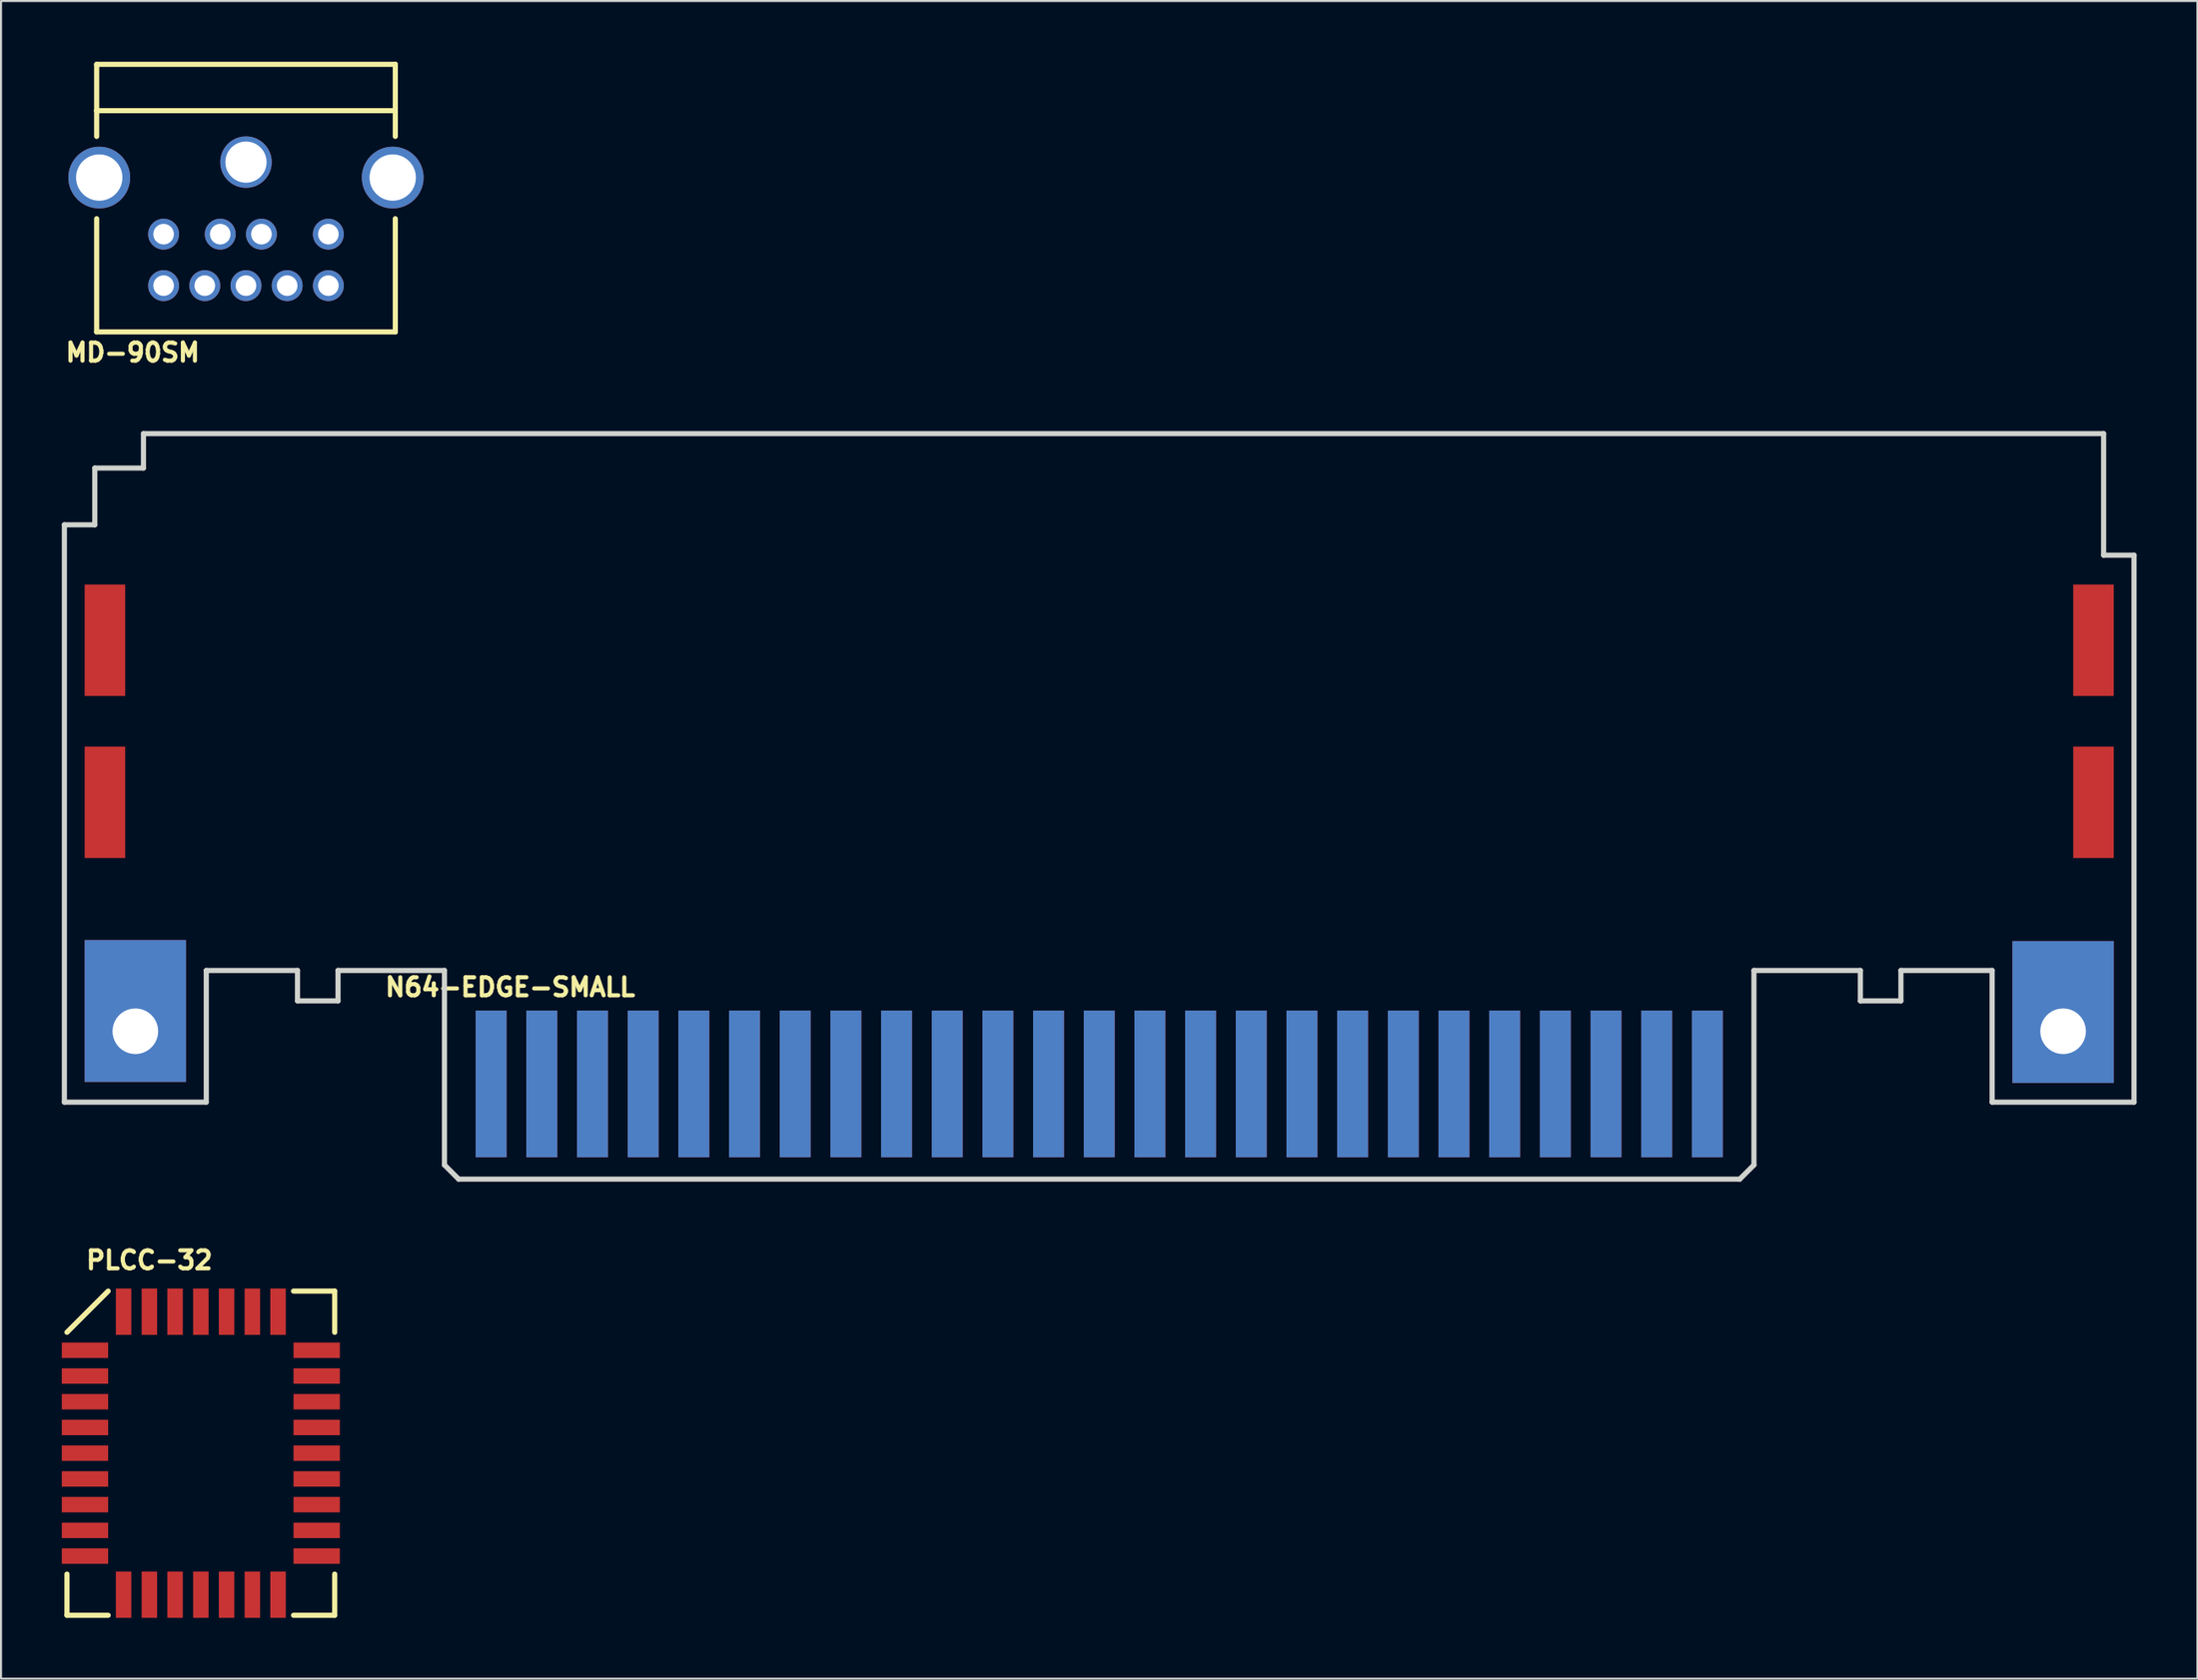
<source format=kicad_pcb>
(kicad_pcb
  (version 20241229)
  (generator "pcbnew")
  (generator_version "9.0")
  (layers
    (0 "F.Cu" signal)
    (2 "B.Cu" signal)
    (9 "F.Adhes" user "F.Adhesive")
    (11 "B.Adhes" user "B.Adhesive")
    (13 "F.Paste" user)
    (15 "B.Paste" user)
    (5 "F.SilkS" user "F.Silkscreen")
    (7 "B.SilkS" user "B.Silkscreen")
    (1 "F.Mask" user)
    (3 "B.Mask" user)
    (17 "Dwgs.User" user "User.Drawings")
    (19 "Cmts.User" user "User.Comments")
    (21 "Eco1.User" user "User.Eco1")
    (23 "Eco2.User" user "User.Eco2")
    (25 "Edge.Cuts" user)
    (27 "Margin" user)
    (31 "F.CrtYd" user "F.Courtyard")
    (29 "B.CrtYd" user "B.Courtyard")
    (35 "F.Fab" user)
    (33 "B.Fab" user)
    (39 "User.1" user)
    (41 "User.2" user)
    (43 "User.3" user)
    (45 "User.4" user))
  (footprint "N64-EDGE-SMALL"
    (layer "F.Cu")
    (at 21.177 50.455)
    (property "Reference" "N64-EDGE-SMALL" (at 0.94 -4.775 0) (layer "F.SilkS") (effects (font (size 0.889 0.889) (thickness 0.203))))
    (attr through_hole)
    (fp_line (start -21.05 0.9) (end -21.05 -27.6) (stroke (width 0.254) (type solid)) (layer "Edge.Cuts"))
    (fp_line (start -19.55 -30.4) (end -19.55 -27.6) (stroke (width 0.254) (type solid)) (layer "Edge.Cuts"))
    (fp_line (start -19.55 -27.6) (end -21.05 -27.6) (stroke (width 0.254) (type solid)) (layer "Edge.Cuts"))
    (fp_line (start -17.15 -32.1) (end -17.15 -30.4) (stroke (width 0.254) (type solid)) (layer "Edge.Cuts"))
    (fp_line (start -17.15 -32.1) (end 79.55 -32.1) (stroke (width 0.254) (type solid)) (layer "Edge.Cuts"))
    (fp_line (start -17.15 -30.4) (end -19.55 -30.4) (stroke (width 0.254) (type solid)) (layer "Edge.Cuts"))
    (fp_line (start -14.05 -5.6) (end -9.55 -5.6) (stroke (width 0.254) (type solid)) (layer "Edge.Cuts"))
    (fp_line (start -14.05 0.9) (end -21.05 0.9) (stroke (width 0.254) (type solid)) (layer "Edge.Cuts"))
    (fp_line (start -14.05 0.9) (end -14.05 -5.6) (stroke (width 0.254) (type solid)) (layer "Edge.Cuts"))
    (fp_line (start -9.55 -5.6) (end -9.55 -4.1) (stroke (width 0.254) (type solid)) (layer "Edge.Cuts"))
    (fp_line (start -9.55 -4.1) (end -7.55 -4.1) (stroke (width 0.254) (type solid)) (layer "Edge.Cuts"))
    (fp_line (start -7.55 -5.6) (end -7.55 -4.1) (stroke (width 0.254) (type solid)) (layer "Edge.Cuts"))
    (fp_line (start -2.3 -5.6) (end -7.55 -5.6) (stroke (width 0.254) (type solid)) (layer "Edge.Cuts"))
    (fp_line (start -2.3 4) (end -2.3 -5.6) (stroke (width 0.254) (type solid)) (layer "Edge.Cuts"))
    (fp_line (start -2.3 4) (end -1.6 4.7) (stroke (width 0.254) (type solid)) (layer "Edge.Cuts"))
    (fp_line (start -1.6 4.7) (end 61.6 4.7) (stroke (width 0.254) (type solid)) (layer "Edge.Cuts"))
    (fp_line (start 62.3 -5.6) (end 67.55 -5.6) (stroke (width 0.254) (type solid)) (layer "Edge.Cuts"))
    (fp_line (start 62.3 4) (end 61.6 4.7) (stroke (width 0.254) (type solid)) (layer "Edge.Cuts"))
    (fp_line (start 62.3 4) (end 62.3 -5.6) (stroke (width 0.254) (type solid)) (layer "Edge.Cuts"))
    (fp_line (start 67.55 -5.6) (end 67.55 -4.1) (stroke (width 0.254) (type solid)) (layer "Edge.Cuts"))
    (fp_line (start 67.55 -4.1) (end 69.55 -4.1) (stroke (width 0.254) (type solid)) (layer "Edge.Cuts"))
    (fp_line (start 69.55 -5.6) (end 69.55 -4.1) (stroke (width 0.254) (type solid)) (layer "Edge.Cuts"))
    (fp_line (start 69.55 -5.6) (end 74.05 -5.6) (stroke (width 0.254) (type solid)) (layer "Edge.Cuts"))
    (fp_line (start 74.05 0.9) (end 74.05 -5.6) (stroke (width 0.254) (type solid)) (layer "Edge.Cuts"))
    (fp_line (start 79.55 -26.1) (end 79.55 -32.1) (stroke (width 0.254) (type solid)) (layer "Edge.Cuts"))
    (fp_line (start 81.05 -26.1) (end 79.55 -26.1) (stroke (width 0.254) (type solid)) (layer "Edge.Cuts"))
    (fp_line (start 81.05 0.9) (end 74.05 0.9) (stroke (width 0.254) (type solid)) (layer "Edge.Cuts"))
    (fp_line (start 81.05 0.9) (end 81.05 -26.1) (stroke (width 0.254) (type solid)) (layer "Edge.Cuts"))
    (pad "" np_thru_hole circle (at -17.55 -2.6) (size 2.25 2.25) (drill 2.25) (layers "*.Cu" "*.Mask"))
    (pad "" np_thru_hole circle (at 77.55 -2.6) (size 2.25 2.25) (drill 2.25) (layers "*.Cu" "*.Mask"))
    (pad "1" smd rect (at 60 0) (size 1.524 7.239) (layers "B.Cu" "B.Paste"))
    (pad "1" smd rect (at 77.55 -3.55) (size 5 7) (layers "B.Cu" "B.Mask" "B.Paste"))
    (pad "2" smd rect (at 57.5 0) (size 1.524 7.239) (layers "B.Cu" "B.Paste"))
    (pad "3" smd rect (at 55 0) (size 1.524 7.239) (layers "B.Cu" "B.Paste"))
    (pad "4" smd rect (at 52.5 0) (size 1.524 7.239) (layers "B.Cu" "B.Paste"))
    (pad "5" smd rect (at 50 0) (size 1.524 7.239) (layers "B.Cu" "B.Paste"))
    (pad "6" smd rect (at 47.5 0) (size 1.524 7.239) (layers "B.Cu" "B.Paste"))
    (pad "7" smd rect (at 45 0) (size 1.524 7.239) (layers "B.Cu" "B.Paste"))
    (pad "8" smd rect (at 42.5 0) (size 1.524 7.239) (layers "B.Cu" "B.Paste"))
    (pad "9" smd rect (at 40 0) (size 1.524 7.239) (layers "B.Cu" "B.Paste"))
    (pad "10" smd rect (at 37.5 0) (size 1.524 7.239) (layers "B.Cu" "B.Paste"))
    (pad "11" smd rect (at 35 0) (size 1.524 7.239) (layers "B.Cu" "B.Paste"))
    (pad "12" smd rect (at 32.5 0) (size 1.524 7.239) (layers "B.Cu" "B.Paste"))
    (pad "13" smd rect (at 30 0) (size 1.524 7.239) (layers "B.Cu" "B.Paste"))
    (pad "14" smd rect (at 27.5 0) (size 1.524 7.239) (layers "B.Cu" "B.Paste"))
    (pad "15" smd rect (at 25 0) (size 1.524 7.239) (layers "B.Cu" "B.Paste"))
    (pad "16" smd rect (at 22.5 0) (size 1.524 7.239) (layers "B.Cu" "B.Paste"))
    (pad "17" smd rect (at 20 0) (size 1.524 7.239) (layers "B.Cu" "B.Paste"))
    (pad "18" smd rect (at 17.5 0) (size 1.524 7.239) (layers "B.Cu" "B.Paste"))
    (pad "19" smd rect (at 15 0) (size 1.524 7.239) (layers "B.Cu" "B.Paste"))
    (pad "20" smd rect (at 12.5 0) (size 1.524 7.239) (layers "B.Cu" "B.Paste"))
    (pad "21" smd rect (at 10 0) (size 1.524 7.239) (layers "B.Cu" "B.Paste"))
    (pad "22" smd rect (at 7.5 0) (size 1.524 7.239) (layers "B.Cu" "B.Paste"))
    (pad "23" smd rect (at 5 0) (size 1.524 7.239) (layers "B.Cu" "B.Paste"))
    (pad "24" smd rect (at 2.5 0) (size 1.524 7.239) (layers "B.Cu" "B.Paste"))
    (pad "25" smd rect (at -17.55 -3.6) (size 5 7) (layers "B.Cu" "B.Mask" "B.Paste"))
    (pad "25" smd rect (at 0 0) (size 1.524 7.239) (layers "B.Cu" "B.Paste"))
    (pad "26" smd rect (at 60 0) (size 1.524 7.239) (layers "F.Cu" "F.Paste"))
    (pad "26" smd rect (at 77.55 -3.55) (size 5 7) (layers "F.Cu" "F.Mask" "F.Paste"))
    (pad "26" smd rect (at 79.05 -21.9) (size 2 5.5) (layers "F.Cu" "F.Mask" "F.Paste"))
    (pad "26" smd rect (at 79.05 -13.9) (size 2 5.5) (layers "F.Cu" "F.Mask" "F.Paste"))
    (pad "27" smd rect (at 57.5 0) (size 1.524 7.239) (layers "F.Cu" "F.Paste"))
    (pad "28" smd rect (at 55 0) (size 1.524 7.239) (layers "F.Cu" "F.Paste"))
    (pad "29" smd rect (at 52.5 0) (size 1.524 7.239) (layers "F.Cu" "F.Paste"))
    (pad "30" smd rect (at 50 0) (size 1.524 7.239) (layers "F.Cu" "F.Paste"))
    (pad "31" smd rect (at 47.5 0) (size 1.524 7.239) (layers "F.Cu" "F.Paste"))
    (pad "32" smd rect (at 45 0) (size 1.524 7.239) (layers "F.Cu" "F.Paste"))
    (pad "33" smd rect (at 42.5 0) (size 1.524 7.239) (layers "F.Cu" "F.Paste"))
    (pad "34" smd rect (at 40 0) (size 1.524 7.239) (layers "F.Cu" "F.Paste"))
    (pad "35" smd rect (at 37.5 0) (size 1.524 7.239) (layers "F.Cu" "F.Paste"))
    (pad "36" smd rect (at 35 0) (size 1.524 7.239) (layers "F.Cu" "F.Paste"))
    (pad "37" smd rect (at 32.5 0) (size 1.524 7.239) (layers "F.Cu" "F.Paste"))
    (pad "38" smd rect (at 30 0) (size 1.524 7.239) (layers "F.Cu" "F.Paste"))
    (pad "39" smd rect (at 27.5 0) (size 1.524 7.239) (layers "F.Cu" "F.Paste"))
    (pad "40" smd rect (at 25 0) (size 1.524 7.239) (layers "F.Cu" "F.Paste"))
    (pad "41" smd rect (at 22.5 0) (size 1.524 7.239) (layers "F.Cu" "F.Paste"))
    (pad "42" smd rect (at 20 0) (size 1.524 7.239) (layers "F.Cu" "F.Paste"))
    (pad "43" smd rect (at 17.5 0) (size 1.524 7.239) (layers "F.Cu" "F.Paste"))
    (pad "44" smd rect (at 15 0) (size 1.524 7.239) (layers "F.Cu" "F.Paste"))
    (pad "45" smd rect (at 12.5 0) (size 1.524 7.239) (layers "F.Cu" "F.Paste"))
    (pad "46" smd rect (at 10 0) (size 1.524 7.239) (layers "F.Cu" "F.Paste"))
    (pad "47" smd rect (at 7.5 0) (size 1.524 7.239) (layers "F.Cu" "F.Paste"))
    (pad "48" smd rect (at 5 0) (size 1.524 7.239) (layers "F.Cu" "F.Paste"))
    (pad "49" smd rect (at 2.5 0) (size 1.524 7.239) (layers "F.Cu" "F.Paste"))
    (pad "50" smd rect (at -19.05 -21.9) (size 2 5.5) (layers "F.Cu" "F.Mask" "F.Paste"))
    (pad "50" smd rect (at -19.05 -13.9) (size 2 5.5) (layers "F.Cu" "F.Mask" "F.Paste"))
    (pad "50" smd rect (at -17.55 -3.6) (size 5 7) (layers "F.Cu" "F.Mask" "F.Paste"))
    (pad "50" smd rect (at 0 0) (size 1.524 7.239) (layers "F.Cu" "F.Paste")))
  (footprint "PLCC-32"
    (layer "F.Cu")
    (at 6.858 61.698)
    (property "Reference" "PLCC-32" (at -2.54 -2.54 0) (layer "F.SilkS") (effects (font (size 0.889 0.889) (thickness 0.203))))
    (attr through_hole)
    (fp_line (start -6.604 12.954) (end -6.604 14.986) (stroke (width 0.254) (type solid)) (layer "F.SilkS"))
    (fp_line (start -6.604 14.986) (end -4.572 14.986) (stroke (width 0.254) (type solid)) (layer "F.SilkS"))
    (fp_line (start -4.572 -1.016) (end -6.604 1.016) (stroke (width 0.254) (type solid)) (layer "F.SilkS"))
    (fp_line (start 4.572 -1.016) (end 6.604 -1.016) (stroke (width 0.254) (type solid)) (layer "F.SilkS"))
    (fp_line (start 4.572 14.986) (end 6.604 14.986) (stroke (width 0.254) (type solid)) (layer "F.SilkS"))
    (fp_line (start 6.604 -1.016) (end 6.604 1.016) (stroke (width 0.254) (type solid)) (layer "F.SilkS"))
    (fp_line (start 6.604 14.986) (end 6.604 12.954) (stroke (width 0.254) (type solid)) (layer "F.SilkS"))
    (pad "1" smd rect (at 0 0) (size 0.762 2.286) (layers "F.Cu" "F.Mask" "F.Paste"))
    (pad "2" smd rect (at -1.27 0) (size 0.762 2.286) (layers "F.Cu" "F.Mask" "F.Paste"))
    (pad "3" smd rect (at -2.54 0) (size 0.762 2.286) (layers "F.Cu" "F.Mask" "F.Paste"))
    (pad "4" smd rect (at -3.81 0) (size 0.762 2.286) (layers "F.Cu" "F.Mask" "F.Paste"))
    (pad "5" smd rect (at -5.715 1.905 90) (size 0.762 2.286) (layers "F.Cu" "F.Mask" "F.Paste"))
    (pad "6" smd rect (at -5.715 3.175 90) (size 0.762 2.286) (layers "F.Cu" "F.Mask" "F.Paste"))
    (pad "7" smd rect (at -5.715 4.445 90) (size 0.762 2.286) (layers "F.Cu" "F.Mask" "F.Paste"))
    (pad "8" smd rect (at -5.715 5.715 90) (size 0.762 2.286) (layers "F.Cu" "F.Mask" "F.Paste"))
    (pad "9" smd rect (at -5.715 6.985 90) (size 0.762 2.286) (layers "F.Cu" "F.Mask" "F.Paste"))
    (pad "10" smd rect (at -5.715 8.255 90) (size 0.762 2.286) (layers "F.Cu" "F.Mask" "F.Paste"))
    (pad "11" smd rect (at -5.715 9.525 90) (size 0.762 2.286) (layers "F.Cu" "F.Mask" "F.Paste"))
    (pad "12" smd rect (at -5.715 10.795 90) (size 0.762 2.286) (layers "F.Cu" "F.Mask" "F.Paste"))
    (pad "13" smd rect (at -5.715 12.065 90) (size 0.762 2.286) (layers "F.Cu" "F.Mask" "F.Paste"))
    (pad "14" smd rect (at -3.81 13.97) (size 0.762 2.286) (layers "F.Cu" "F.Mask" "F.Paste"))
    (pad "15" smd rect (at -2.54 13.97) (size 0.762 2.286) (layers "F.Cu" "F.Mask" "F.Paste"))
    (pad "16" smd rect (at -1.27 13.97) (size 0.762 2.286) (layers "F.Cu" "F.Mask" "F.Paste"))
    (pad "17" smd rect (at 0 13.97) (size 0.762 2.286) (layers "F.Cu" "F.Mask" "F.Paste"))
    (pad "18" smd rect (at 1.27 13.97) (size 0.762 2.286) (layers "F.Cu" "F.Mask" "F.Paste"))
    (pad "19" smd rect (at 2.54 13.97) (size 0.762 2.286) (layers "F.Cu" "F.Mask" "F.Paste"))
    (pad "20" smd rect (at 3.81 13.97) (size 0.762 2.286) (layers "F.Cu" "F.Mask" "F.Paste"))
    (pad "21" smd rect (at 5.715 12.065 90) (size 0.762 2.286) (layers "F.Cu" "F.Mask" "F.Paste"))
    (pad "22" smd rect (at 5.715 10.795 90) (size 0.762 2.286) (layers "F.Cu" "F.Mask" "F.Paste"))
    (pad "23" smd rect (at 5.715 9.525 90) (size 0.762 2.286) (layers "F.Cu" "F.Mask" "F.Paste"))
    (pad "24" smd rect (at 5.715 8.255 90) (size 0.762 2.286) (layers "F.Cu" "F.Mask" "F.Paste"))
    (pad "25" smd rect (at 5.715 6.985 90) (size 0.762 2.286) (layers "F.Cu" "F.Mask" "F.Paste"))
    (pad "26" smd rect (at 5.715 5.715 90) (size 0.762 2.286) (layers "F.Cu" "F.Mask" "F.Paste"))
    (pad "27" smd rect (at 5.715 4.445 90) (size 0.762 2.286) (layers "F.Cu" "F.Mask" "F.Paste"))
    (pad "28" smd rect (at 5.715 3.175 90) (size 0.762 2.286) (layers "F.Cu" "F.Mask" "F.Paste"))
    (pad "29" smd rect (at 5.715 1.905 90) (size 0.762 2.286) (layers "F.Cu" "F.Mask" "F.Paste"))
    (pad "30" smd rect (at 3.81 0) (size 0.762 2.286) (layers "F.Cu" "F.Mask" "F.Paste"))
    (pad "31" smd rect (at 2.54 0) (size 0.762 2.286) (layers "F.Cu" "F.Mask" "F.Paste"))
    (pad "32" smd rect (at 1.27 0) (size 0.762 2.286) (layers "F.Cu" "F.Mask" "F.Paste")))
  (footprint "MD-90SM"
    (layer "F.Cu")
    (at 9.085 11.049)
    (property "Reference" "MD-90SM" (at -5.588 3.302 0) (layer "F.SilkS") (effects (font (size 0.889 0.889) (thickness 0.203))))
    (attr through_hole)
    (fp_line (start -7.366 -10.922) (end 7.366 -10.922) (stroke (width 0.254) (type solid)) (layer "F.SilkS"))
    (fp_line (start -7.366 -8.636) (end -7.366 -10.922) (stroke (width 0.254) (type solid)) (layer "F.SilkS"))
    (fp_line (start -7.366 -8.636) (end 7.366 -8.636) (stroke (width 0.254) (type solid)) (layer "F.SilkS"))
    (fp_line (start -7.366 -7.366) (end -7.366 -8.636) (stroke (width 0.254) (type solid)) (layer "F.SilkS"))
    (fp_line (start -7.366 2.286) (end -7.366 -3.302) (stroke (width 0.254) (type solid)) (layer "F.SilkS"))
    (fp_line (start -7.366 2.286) (end 7.366 2.286) (stroke (width 0.254) (type solid)) (layer "F.SilkS"))
    (fp_line (start 7.366 -10.922) (end 7.366 -8.636) (stroke (width 0.254) (type solid)) (layer "F.SilkS"))
    (fp_line (start 7.366 -8.636) (end 7.366 -7.366) (stroke (width 0.254) (type solid)) (layer "F.SilkS"))
    (fp_line (start 7.366 2.286) (end 7.366 -3.302) (stroke (width 0.254) (type solid)) (layer "F.SilkS"))
    (pad "1" thru_hole circle (at -1.27 -2.54) (size 1.524 1.524) (drill 1.016) (layers "*.Cu" "*.Mask"))
    (pad "2" thru_hole circle (at 0.762 -2.54) (size 1.524 1.524) (drill 1.016) (layers "*.Cu" "*.Mask"))
    (pad "3" thru_hole circle (at -4.064 -2.54) (size 1.524 1.524) (drill 1.016) (layers "*.Cu" "*.Mask"))
    (pad "4" thru_hole circle (at -2.032 0) (size 1.524 1.524) (drill 1.016) (layers "*.Cu" "*.Mask"))
    (pad "5" thru_hole circle (at 0 0) (size 1.524 1.524) (drill 1.016) (layers "*.Cu" "*.Mask"))
    (pad "6" thru_hole circle (at 4.064 -2.54) (size 1.524 1.524) (drill 1.016) (layers "*.Cu" "*.Mask"))
    (pad "7" thru_hole circle (at -4.064 0) (size 1.524 1.524) (drill 1.016) (layers "*.Cu" "*.Mask"))
    (pad "8" thru_hole circle (at 2.032 0) (size 1.524 1.524) (drill 1.016) (layers "*.Cu" "*.Mask"))
    (pad "9" thru_hole circle (at 4.064 0) (size 1.524 1.524) (drill 1.016) (layers "*.Cu" "*.Mask"))
    (pad "10" thru_hole circle (at -7.239 -5.334) (size 3.048 3.048) (drill 2.286) (layers "*.Cu" "*.Mask"))
    (pad "10" thru_hole circle (at 0 -6.096) (size 2.54 2.54) (drill 2.032) (layers "*.Cu" "*.Mask"))
    (pad "10" thru_hole circle (at 7.239 -5.334) (size 3.048 3.048) (drill 2.286) (layers "*.Cu" "*.Mask")))
  (gr_rect
    (start -3 -3)
    (end 105.354 79.811)
    (stroke (width 0.1) (type default))
    (fill no)
    (layer "Edge.Cuts")))
</source>
